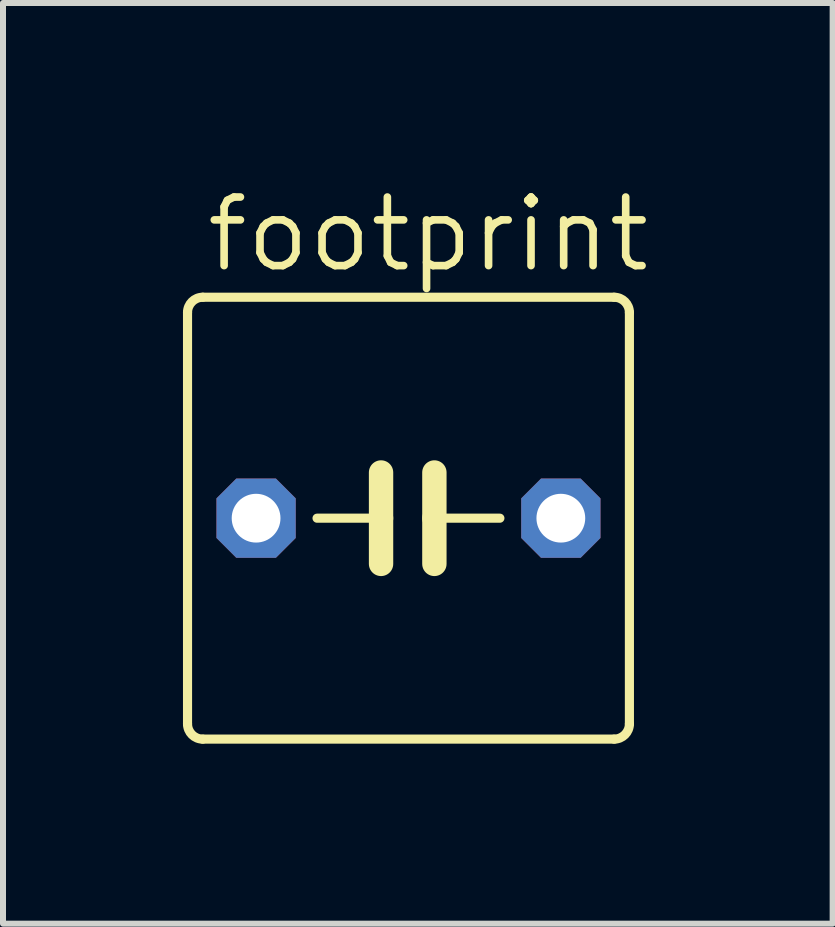
<source format=kicad_pcb>
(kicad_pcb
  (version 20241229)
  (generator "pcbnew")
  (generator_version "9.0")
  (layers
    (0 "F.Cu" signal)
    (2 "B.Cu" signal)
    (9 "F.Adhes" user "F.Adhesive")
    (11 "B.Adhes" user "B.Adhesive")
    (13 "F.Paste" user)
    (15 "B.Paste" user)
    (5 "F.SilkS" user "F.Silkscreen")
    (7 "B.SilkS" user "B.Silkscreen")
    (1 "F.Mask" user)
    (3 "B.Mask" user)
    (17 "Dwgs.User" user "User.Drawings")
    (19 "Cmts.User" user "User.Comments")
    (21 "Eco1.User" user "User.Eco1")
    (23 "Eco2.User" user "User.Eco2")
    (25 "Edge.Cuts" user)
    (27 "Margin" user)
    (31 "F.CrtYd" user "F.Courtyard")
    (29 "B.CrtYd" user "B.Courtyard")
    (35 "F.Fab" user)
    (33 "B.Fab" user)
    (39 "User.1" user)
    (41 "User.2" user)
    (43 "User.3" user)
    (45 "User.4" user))
  (footprint "footprint"
    (layer "F.Cu")
    (at 3.759 5.588)
    (property "Reference" "footprint" (at -3.429 -4.064 0) (layer "F.SilkS") (effects (font (size 1.143 1.143) (thickness 0.127)) (justify left bottom)))
    (fp_line (start -3.683 -3.429) (end -3.683 3.429) (stroke (width 0.152) (type solid)) (layer "F.SilkS"))
    (fp_line (start -3.429 3.683) (end 3.429 3.683) (stroke (width 0.152) (type solid)) (layer "F.SilkS"))
    (fp_line (start -1.524 0) (end -0.457 0) (stroke (width 0.152) (type solid)) (layer "F.SilkS"))
    (fp_line (start -0.457 0) (end -0.457 -0.762) (stroke (width 0.406) (type solid)) (layer "F.SilkS"))
    (fp_line (start -0.457 0) (end -0.457 0.762) (stroke (width 0.406) (type solid)) (layer "F.SilkS"))
    (fp_line (start 0.432 -0.762) (end 0.432 0) (stroke (width 0.406) (type solid)) (layer "F.SilkS"))
    (fp_line (start 0.432 0) (end 0.432 0.762) (stroke (width 0.406) (type solid)) (layer "F.SilkS"))
    (fp_line (start 0.432 0) (end 1.524 0) (stroke (width 0.152) (type solid)) (layer "F.SilkS"))
    (fp_line (start 3.429 -3.683) (end -3.429 -3.683) (stroke (width 0.152) (type solid)) (layer "F.SilkS"))
    (fp_line (start 3.683 3.429) (end 3.683 -3.429) (stroke (width 0.152) (type solid)) (layer "F.SilkS"))
    (fp_arc (start -3.683 -3.429) (mid -3.608605 -3.608605) (end -3.429 -3.683) (stroke (width 0.1524) (type solid)) (layer "F.SilkS"))
    (fp_arc (start -3.429 3.683) (mid -3.608605 3.608605) (end -3.683 3.429) (stroke (width 0.1524) (type solid)) (layer "F.SilkS"))
    (fp_arc (start 3.429 -3.683) (mid 3.608605 -3.608605) (end 3.683 -3.429) (stroke (width 0.1524) (type solid)) (layer "F.SilkS"))
    (fp_arc (start 3.683 3.429) (mid 3.608605 3.608605) (end 3.429 3.683) (stroke (width 0.1524) (type solid)) (layer "F.SilkS"))
    (pad "1" thru_hole roundrect (at -2.54 0) (size 1.321 1.321) (drill 0.813) (layers "*.Cu" "*.Mask") (roundrect_rratio 0.25) (chamfer_ratio 0.25) (chamfer top_left top_right bottom_left bottom_right))
    (pad "2" thru_hole roundrect (at 2.54 0) (size 1.321 1.321) (drill 0.813) (layers "*.Cu" "*.Mask") (roundrect_rratio 0.25) (chamfer_ratio 0.25) (chamfer top_left top_right bottom_left bottom_right)))
  (gr_rect
    (start -3 -3)
    (end 10.83 12.347)
    (stroke (width 0.1) (type default))
    (fill no)
    (layer "Edge.Cuts")))
</source>
